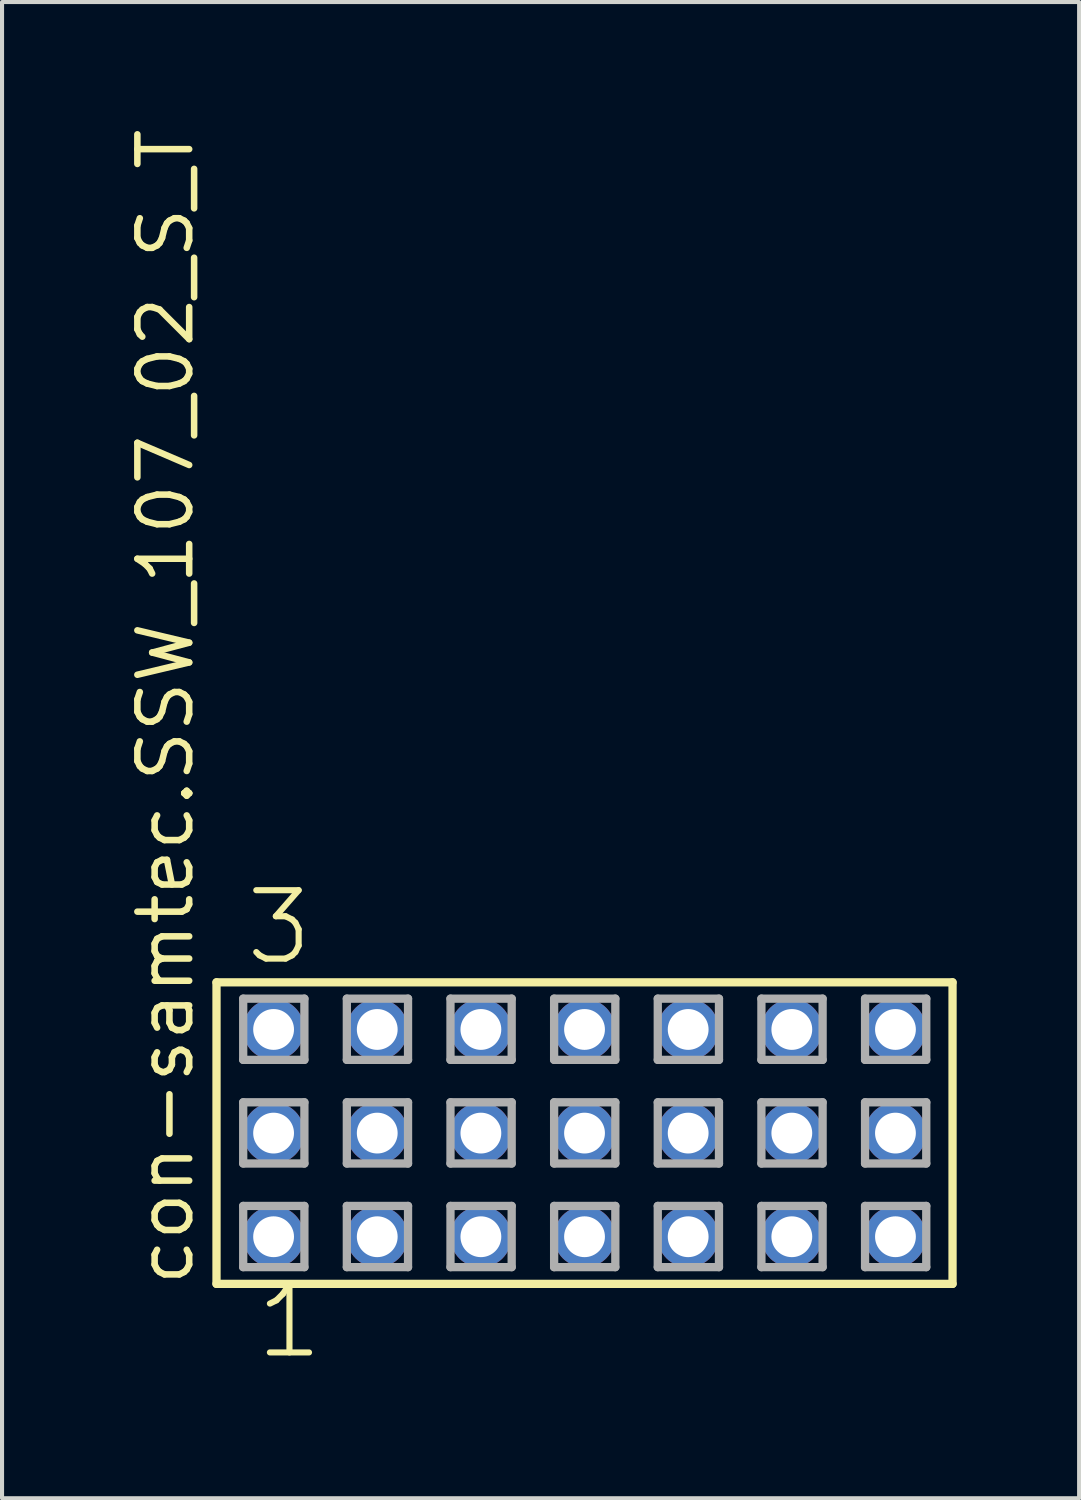
<source format=kicad_pcb>
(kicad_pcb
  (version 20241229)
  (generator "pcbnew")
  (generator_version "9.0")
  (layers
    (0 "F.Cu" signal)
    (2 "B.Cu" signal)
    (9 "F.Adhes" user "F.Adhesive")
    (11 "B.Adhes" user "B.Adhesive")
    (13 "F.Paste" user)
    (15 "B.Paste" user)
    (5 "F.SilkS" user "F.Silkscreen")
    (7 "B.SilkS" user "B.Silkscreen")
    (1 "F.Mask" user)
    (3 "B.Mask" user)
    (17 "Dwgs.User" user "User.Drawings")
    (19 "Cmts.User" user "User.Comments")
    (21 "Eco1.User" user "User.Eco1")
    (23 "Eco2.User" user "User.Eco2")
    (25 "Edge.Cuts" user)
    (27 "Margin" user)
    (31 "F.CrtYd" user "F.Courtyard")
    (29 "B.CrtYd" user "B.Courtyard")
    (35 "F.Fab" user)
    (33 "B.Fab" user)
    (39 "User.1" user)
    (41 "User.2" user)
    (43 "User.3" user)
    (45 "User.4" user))
  (footprint "con-samtec.SSW_107_02_S_T"
    (layer "F.Cu")
    (at 11.275 24.719)
    (property "Reference" "con-samtec.SSW_107_02_S_T" (at -9.525 3.81 90) (layer "F.SilkS") (effects (font (size 1.27 1.27) (thickness 0.16)) (justify left bottom)))
    (attr through_hole)
    (fp_line (start -9.019 -3.695) (end 9.019 -3.695) (stroke (width 0.203) (type default)) (layer "F.SilkS"))
    (fp_line (start -9.019 3.695) (end -9.019 -3.695) (stroke (width 0.203) (type default)) (layer "F.SilkS"))
    (fp_line (start 9.019 -3.695) (end 9.019 3.695) (stroke (width 0.203) (type default)) (layer "F.SilkS"))
    (fp_line (start 9.019 3.695) (end -9.019 3.695) (stroke (width 0.203) (type default)) (layer "F.SilkS"))
    (fp_line (start -8.365 -3.295) (end -6.865 -3.295) (stroke (width 0.203) (type default)) (layer "F.Fab"))
    (fp_line (start -8.365 -1.795) (end -8.365 -3.295) (stroke (width 0.203) (type default)) (layer "F.Fab"))
    (fp_line (start -8.365 -0.755) (end -6.865 -0.755) (stroke (width 0.203) (type default)) (layer "F.Fab"))
    (fp_line (start -8.365 0.745) (end -8.365 -0.755) (stroke (width 0.203) (type default)) (layer "F.Fab"))
    (fp_line (start -8.365 1.785) (end -6.865 1.785) (stroke (width 0.203) (type default)) (layer "F.Fab"))
    (fp_line (start -8.365 3.285) (end -8.365 1.785) (stroke (width 0.203) (type default)) (layer "F.Fab"))
    (fp_line (start -6.865 -3.295) (end -6.865 -1.795) (stroke (width 0.203) (type default)) (layer "F.Fab"))
    (fp_line (start -6.865 -1.795) (end -8.365 -1.795) (stroke (width 0.203) (type default)) (layer "F.Fab"))
    (fp_line (start -6.865 -0.755) (end -6.865 0.745) (stroke (width 0.203) (type default)) (layer "F.Fab"))
    (fp_line (start -6.865 0.745) (end -8.365 0.745) (stroke (width 0.203) (type default)) (layer "F.Fab"))
    (fp_line (start -6.865 1.785) (end -6.865 3.285) (stroke (width 0.203) (type default)) (layer "F.Fab"))
    (fp_line (start -6.865 3.285) (end -8.365 3.285) (stroke (width 0.203) (type default)) (layer "F.Fab"))
    (fp_line (start -5.825 -3.295) (end -4.325 -3.295) (stroke (width 0.203) (type default)) (layer "F.Fab"))
    (fp_line (start -5.825 -1.795) (end -5.825 -3.295) (stroke (width 0.203) (type default)) (layer "F.Fab"))
    (fp_line (start -5.825 -0.755) (end -4.325 -0.755) (stroke (width 0.203) (type default)) (layer "F.Fab"))
    (fp_line (start -5.825 0.745) (end -5.825 -0.755) (stroke (width 0.203) (type default)) (layer "F.Fab"))
    (fp_line (start -5.825 1.785) (end -4.325 1.785) (stroke (width 0.203) (type default)) (layer "F.Fab"))
    (fp_line (start -5.825 3.285) (end -5.825 1.785) (stroke (width 0.203) (type default)) (layer "F.Fab"))
    (fp_line (start -4.325 -3.295) (end -4.325 -1.795) (stroke (width 0.203) (type default)) (layer "F.Fab"))
    (fp_line (start -4.325 -1.795) (end -5.825 -1.795) (stroke (width 0.203) (type default)) (layer "F.Fab"))
    (fp_line (start -4.325 -0.755) (end -4.325 0.745) (stroke (width 0.203) (type default)) (layer "F.Fab"))
    (fp_line (start -4.325 0.745) (end -5.825 0.745) (stroke (width 0.203) (type default)) (layer "F.Fab"))
    (fp_line (start -4.325 1.785) (end -4.325 3.285) (stroke (width 0.203) (type default)) (layer "F.Fab"))
    (fp_line (start -4.325 3.285) (end -5.825 3.285) (stroke (width 0.203) (type default)) (layer "F.Fab"))
    (fp_line (start -3.285 -3.295) (end -1.785 -3.295) (stroke (width 0.203) (type default)) (layer "F.Fab"))
    (fp_line (start -3.285 -1.795) (end -3.285 -3.295) (stroke (width 0.203) (type default)) (layer "F.Fab"))
    (fp_line (start -3.285 -0.755) (end -1.785 -0.755) (stroke (width 0.203) (type default)) (layer "F.Fab"))
    (fp_line (start -3.285 0.745) (end -3.285 -0.755) (stroke (width 0.203) (type default)) (layer "F.Fab"))
    (fp_line (start -3.285 1.785) (end -1.785 1.785) (stroke (width 0.203) (type default)) (layer "F.Fab"))
    (fp_line (start -3.285 3.285) (end -3.285 1.785) (stroke (width 0.203) (type default)) (layer "F.Fab"))
    (fp_line (start -1.785 -3.295) (end -1.785 -1.795) (stroke (width 0.203) (type default)) (layer "F.Fab"))
    (fp_line (start -1.785 -1.795) (end -3.285 -1.795) (stroke (width 0.203) (type default)) (layer "F.Fab"))
    (fp_line (start -1.785 -0.755) (end -1.785 0.745) (stroke (width 0.203) (type default)) (layer "F.Fab"))
    (fp_line (start -1.785 0.745) (end -3.285 0.745) (stroke (width 0.203) (type default)) (layer "F.Fab"))
    (fp_line (start -1.785 1.785) (end -1.785 3.285) (stroke (width 0.203) (type default)) (layer "F.Fab"))
    (fp_line (start -1.785 3.285) (end -3.285 3.285) (stroke (width 0.203) (type default)) (layer "F.Fab"))
    (fp_line (start -0.745 -3.295) (end 0.755 -3.295) (stroke (width 0.203) (type default)) (layer "F.Fab"))
    (fp_line (start -0.745 -1.795) (end -0.745 -3.295) (stroke (width 0.203) (type default)) (layer "F.Fab"))
    (fp_line (start -0.745 -0.755) (end 0.755 -0.755) (stroke (width 0.203) (type default)) (layer "F.Fab"))
    (fp_line (start -0.745 0.745) (end -0.745 -0.755) (stroke (width 0.203) (type default)) (layer "F.Fab"))
    (fp_line (start -0.745 1.785) (end 0.755 1.785) (stroke (width 0.203) (type default)) (layer "F.Fab"))
    (fp_line (start -0.745 3.285) (end -0.745 1.785) (stroke (width 0.203) (type default)) (layer "F.Fab"))
    (fp_line (start 0.755 -3.295) (end 0.755 -1.795) (stroke (width 0.203) (type default)) (layer "F.Fab"))
    (fp_line (start 0.755 -1.795) (end -0.745 -1.795) (stroke (width 0.203) (type default)) (layer "F.Fab"))
    (fp_line (start 0.755 -0.755) (end 0.755 0.745) (stroke (width 0.203) (type default)) (layer "F.Fab"))
    (fp_line (start 0.755 0.745) (end -0.745 0.745) (stroke (width 0.203) (type default)) (layer "F.Fab"))
    (fp_line (start 0.755 1.785) (end 0.755 3.285) (stroke (width 0.203) (type default)) (layer "F.Fab"))
    (fp_line (start 0.755 3.285) (end -0.745 3.285) (stroke (width 0.203) (type default)) (layer "F.Fab"))
    (fp_line (start 1.795 -3.295) (end 3.295 -3.295) (stroke (width 0.203) (type default)) (layer "F.Fab"))
    (fp_line (start 1.795 -1.795) (end 1.795 -3.295) (stroke (width 0.203) (type default)) (layer "F.Fab"))
    (fp_line (start 1.795 -0.755) (end 3.295 -0.755) (stroke (width 0.203) (type default)) (layer "F.Fab"))
    (fp_line (start 1.795 0.745) (end 1.795 -0.755) (stroke (width 0.203) (type default)) (layer "F.Fab"))
    (fp_line (start 1.795 1.785) (end 3.295 1.785) (stroke (width 0.203) (type default)) (layer "F.Fab"))
    (fp_line (start 1.795 3.285) (end 1.795 1.785) (stroke (width 0.203) (type default)) (layer "F.Fab"))
    (fp_line (start 3.295 -3.295) (end 3.295 -1.795) (stroke (width 0.203) (type default)) (layer "F.Fab"))
    (fp_line (start 3.295 -1.795) (end 1.795 -1.795) (stroke (width 0.203) (type default)) (layer "F.Fab"))
    (fp_line (start 3.295 -0.755) (end 3.295 0.745) (stroke (width 0.203) (type default)) (layer "F.Fab"))
    (fp_line (start 3.295 0.745) (end 1.795 0.745) (stroke (width 0.203) (type default)) (layer "F.Fab"))
    (fp_line (start 3.295 1.785) (end 3.295 3.285) (stroke (width 0.203) (type default)) (layer "F.Fab"))
    (fp_line (start 3.295 3.285) (end 1.795 3.285) (stroke (width 0.203) (type default)) (layer "F.Fab"))
    (fp_line (start 4.335 -3.295) (end 5.835 -3.295) (stroke (width 0.203) (type default)) (layer "F.Fab"))
    (fp_line (start 4.335 -1.795) (end 4.335 -3.295) (stroke (width 0.203) (type default)) (layer "F.Fab"))
    (fp_line (start 4.335 -0.755) (end 5.835 -0.755) (stroke (width 0.203) (type default)) (layer "F.Fab"))
    (fp_line (start 4.335 0.745) (end 4.335 -0.755) (stroke (width 0.203) (type default)) (layer "F.Fab"))
    (fp_line (start 4.335 1.785) (end 5.835 1.785) (stroke (width 0.203) (type default)) (layer "F.Fab"))
    (fp_line (start 4.335 3.285) (end 4.335 1.785) (stroke (width 0.203) (type default)) (layer "F.Fab"))
    (fp_line (start 5.835 -3.295) (end 5.835 -1.795) (stroke (width 0.203) (type default)) (layer "F.Fab"))
    (fp_line (start 5.835 -1.795) (end 4.335 -1.795) (stroke (width 0.203) (type default)) (layer "F.Fab"))
    (fp_line (start 5.835 -0.755) (end 5.835 0.745) (stroke (width 0.203) (type default)) (layer "F.Fab"))
    (fp_line (start 5.835 0.745) (end 4.335 0.745) (stroke (width 0.203) (type default)) (layer "F.Fab"))
    (fp_line (start 5.835 1.785) (end 5.835 3.285) (stroke (width 0.203) (type default)) (layer "F.Fab"))
    (fp_line (start 5.835 3.285) (end 4.335 3.285) (stroke (width 0.203) (type default)) (layer "F.Fab"))
    (fp_line (start 6.875 -3.295) (end 8.375 -3.295) (stroke (width 0.203) (type default)) (layer "F.Fab"))
    (fp_line (start 6.875 -1.795) (end 6.875 -3.295) (stroke (width 0.203) (type default)) (layer "F.Fab"))
    (fp_line (start 6.875 -0.755) (end 8.375 -0.755) (stroke (width 0.203) (type default)) (layer "F.Fab"))
    (fp_line (start 6.875 0.745) (end 6.875 -0.755) (stroke (width 0.203) (type default)) (layer "F.Fab"))
    (fp_line (start 6.875 1.785) (end 8.375 1.785) (stroke (width 0.203) (type default)) (layer "F.Fab"))
    (fp_line (start 6.875 3.285) (end 6.875 1.785) (stroke (width 0.203) (type default)) (layer "F.Fab"))
    (fp_line (start 8.375 -3.295) (end 8.375 -1.795) (stroke (width 0.203) (type default)) (layer "F.Fab"))
    (fp_line (start 8.375 -1.795) (end 6.875 -1.795) (stroke (width 0.203) (type default)) (layer "F.Fab"))
    (fp_line (start 8.375 -0.755) (end 8.375 0.745) (stroke (width 0.203) (type default)) (layer "F.Fab"))
    (fp_line (start 8.375 0.745) (end 6.875 0.745) (stroke (width 0.203) (type default)) (layer "F.Fab"))
    (fp_line (start 8.375 1.785) (end 8.375 3.285) (stroke (width 0.203) (type default)) (layer "F.Fab"))
    (fp_line (start 8.375 3.285) (end 6.875 3.285) (stroke (width 0.203) (type default)) (layer "F.Fab"))
    (fp_text user "3" (at -8.382 -4.064 0) (layer "F.SilkS") (effects (font (size 1.676 1.676) (thickness 0.15)) (justify left bottom)))
    (fp_text user "1" (at -8.128 5.588 0) (layer "F.SilkS") (effects (font (size 1.676 1.676) (thickness 0.15)) (justify left bottom)))
    (pad "1" thru_hole circle (at -7.62 2.54) (size 1.5 1.5) (drill 1) (layers "*.Cu" "*.Mask"))
    (pad "2" thru_hole circle (at -7.62 0) (size 1.5 1.5) (drill 1) (layers "*.Cu" "*.Mask"))
    (pad "3" thru_hole circle (at -7.62 -2.54) (size 1.5 1.5) (drill 1) (layers "*.Cu" "*.Mask"))
    (pad "4" thru_hole circle (at -5.08 2.54) (size 1.5 1.5) (drill 1) (layers "*.Cu" "*.Mask"))
    (pad "5" thru_hole circle (at -5.08 0) (size 1.5 1.5) (drill 1) (layers "*.Cu" "*.Mask"))
    (pad "6" thru_hole circle (at -5.08 -2.54) (size 1.5 1.5) (drill 1) (layers "*.Cu" "*.Mask"))
    (pad "7" thru_hole circle (at -2.54 2.54) (size 1.5 1.5) (drill 1) (layers "*.Cu" "*.Mask"))
    (pad "8" thru_hole circle (at -2.54 0) (size 1.5 1.5) (drill 1) (layers "*.Cu" "*.Mask"))
    (pad "9" thru_hole circle (at -2.54 -2.54) (size 1.5 1.5) (drill 1) (layers "*.Cu" "*.Mask"))
    (pad "10" thru_hole circle (at 0 2.54) (size 1.5 1.5) (drill 1) (layers "*.Cu" "*.Mask"))
    (pad "11" thru_hole circle (at 0 0) (size 1.5 1.5) (drill 1) (layers "*.Cu" "*.Mask"))
    (pad "12" thru_hole circle (at 0 -2.54) (size 1.5 1.5) (drill 1) (layers "*.Cu" "*.Mask"))
    (pad "13" thru_hole circle (at 2.54 2.54) (size 1.5 1.5) (drill 1) (layers "*.Cu" "*.Mask"))
    (pad "14" thru_hole circle (at 2.54 0) (size 1.5 1.5) (drill 1) (layers "*.Cu" "*.Mask"))
    (pad "15" thru_hole circle (at 2.54 -2.54) (size 1.5 1.5) (drill 1) (layers "*.Cu" "*.Mask"))
    (pad "16" thru_hole circle (at 5.08 2.54) (size 1.5 1.5) (drill 1) (layers "*.Cu" "*.Mask"))
    (pad "17" thru_hole circle (at 5.08 0) (size 1.5 1.5) (drill 1) (layers "*.Cu" "*.Mask"))
    (pad "18" thru_hole circle (at 5.08 -2.54) (size 1.5 1.5) (drill 1) (layers "*.Cu" "*.Mask"))
    (pad "19" thru_hole circle (at 7.62 2.54) (size 1.5 1.5) (drill 1) (layers "*.Cu" "*.Mask"))
    (pad "20" thru_hole circle (at 7.62 0) (size 1.5 1.5) (drill 1) (layers "*.Cu" "*.Mask"))
    (pad "21" thru_hole circle (at 7.62 -2.54) (size 1.5 1.5) (drill 1) (layers "*.Cu" "*.Mask")))
  (gr_rect
    (start -3 -3)
    (end 23.396 33.668)
    (stroke (width 0.1) (type default))
    (fill no)
    (layer "Edge.Cuts")))
</source>
